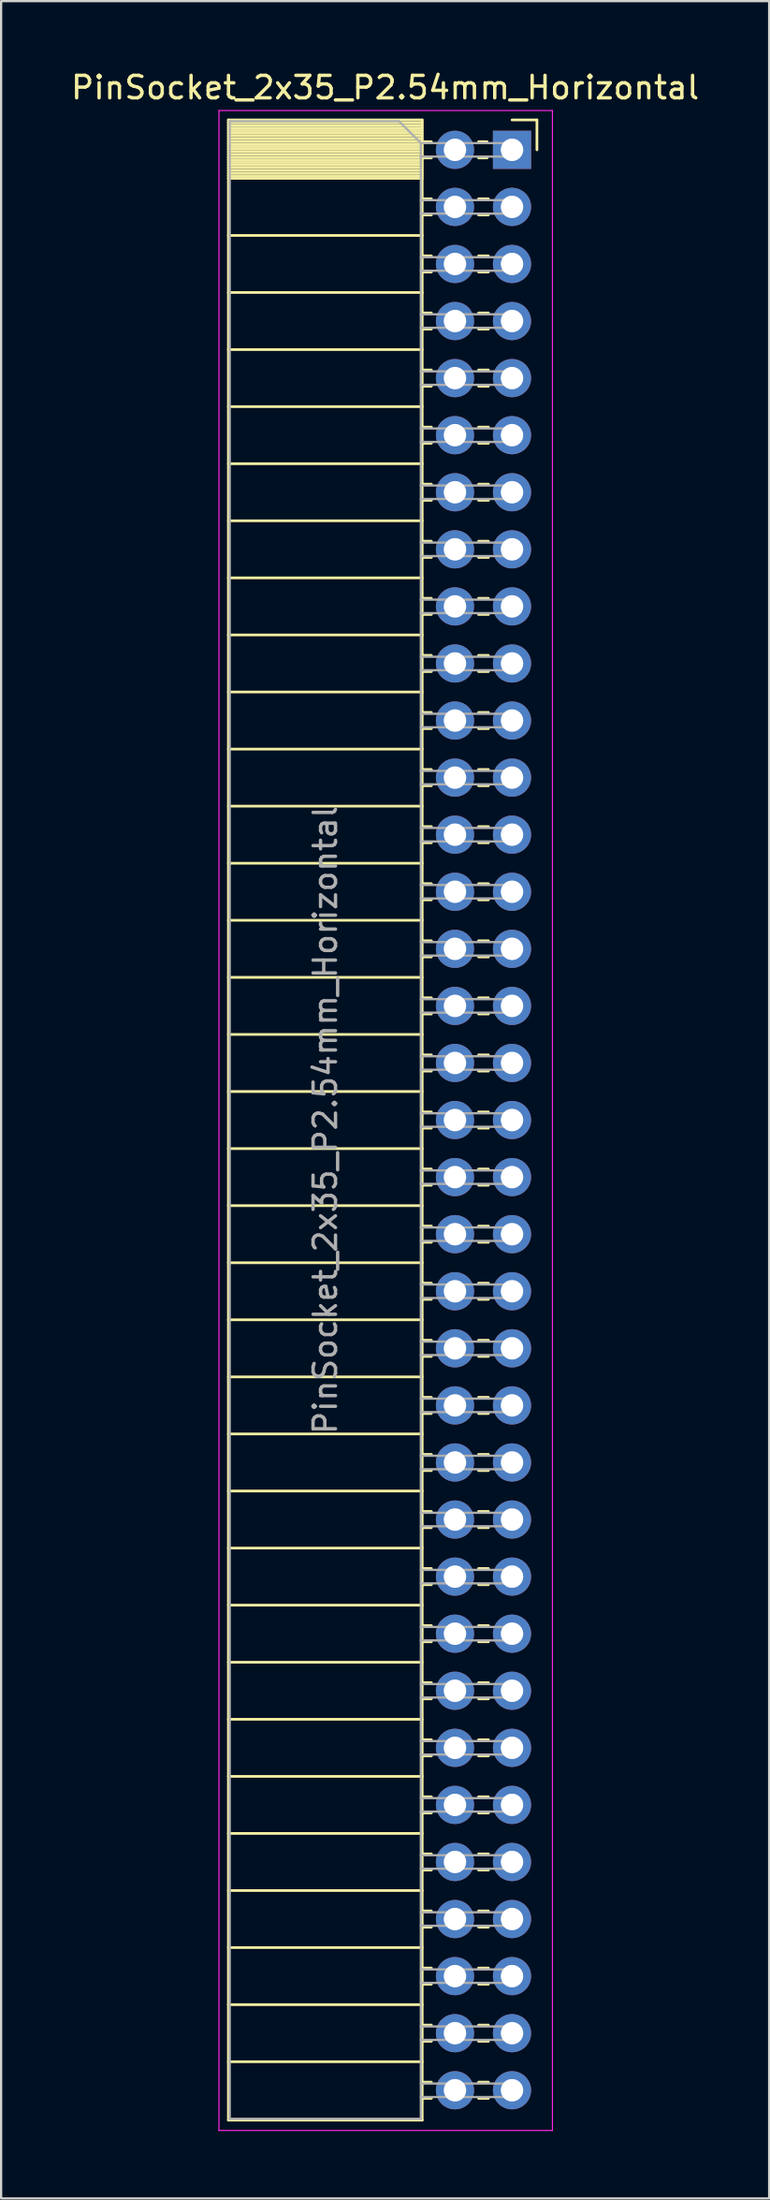
<source format=kicad_pcb>
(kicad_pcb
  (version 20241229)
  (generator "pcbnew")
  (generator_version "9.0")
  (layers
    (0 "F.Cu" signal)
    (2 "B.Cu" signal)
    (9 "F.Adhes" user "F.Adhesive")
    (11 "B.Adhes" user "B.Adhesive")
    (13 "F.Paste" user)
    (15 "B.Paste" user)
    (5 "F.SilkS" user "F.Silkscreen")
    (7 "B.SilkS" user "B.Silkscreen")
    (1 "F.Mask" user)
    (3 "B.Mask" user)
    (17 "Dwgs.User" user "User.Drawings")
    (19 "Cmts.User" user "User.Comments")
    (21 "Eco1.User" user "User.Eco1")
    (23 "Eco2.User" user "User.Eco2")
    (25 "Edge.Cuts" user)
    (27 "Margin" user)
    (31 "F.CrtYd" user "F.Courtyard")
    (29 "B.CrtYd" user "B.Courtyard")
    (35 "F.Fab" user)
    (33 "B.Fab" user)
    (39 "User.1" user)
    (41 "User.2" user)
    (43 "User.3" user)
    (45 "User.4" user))
  (footprint "PinSocket_2x35_P2.54mm_Horizontal"
    (layer "F.Cu")
    (at 19.751 3.618)
    (property "Reference" "PinSocket_2x35_P2.54mm_Horizontal" (at -5.65 -2.77 0) (layer "F.SilkS") (effects (font (size 1 1) (thickness 0.15))))
    (attr through_hole)
    (fp_line (start -12.63 -1.33) (end -12.63 87.69) (stroke (width 0.12) (type solid)) (layer "F.SilkS"))
    (fp_line (start -12.63 -1.33) (end -4 -1.33) (stroke (width 0.12) (type solid)) (layer "F.SilkS"))
    (fp_line (start -12.63 -1.21) (end -4 -1.21) (stroke (width 0.12) (type solid)) (layer "F.SilkS"))
    (fp_line (start -12.63 -1.092) (end -4 -1.092) (stroke (width 0.12) (type solid)) (layer "F.SilkS"))
    (fp_line (start -12.63 -0.974) (end -4 -0.974) (stroke (width 0.12) (type solid)) (layer "F.SilkS"))
    (fp_line (start -12.63 -0.856) (end -4 -0.856) (stroke (width 0.12) (type solid)) (layer "F.SilkS"))
    (fp_line (start -12.63 -0.738) (end -4 -0.738) (stroke (width 0.12) (type solid)) (layer "F.SilkS"))
    (fp_line (start -12.63 -0.62) (end -4 -0.62) (stroke (width 0.12) (type solid)) (layer "F.SilkS"))
    (fp_line (start -12.63 -0.501) (end -4 -0.501) (stroke (width 0.12) (type solid)) (layer "F.SilkS"))
    (fp_line (start -12.63 -0.383) (end -4 -0.383) (stroke (width 0.12) (type solid)) (layer "F.SilkS"))
    (fp_line (start -12.63 -0.265) (end -4 -0.265) (stroke (width 0.12) (type solid)) (layer "F.SilkS"))
    (fp_line (start -12.63 -0.147) (end -4 -0.147) (stroke (width 0.12) (type solid)) (layer "F.SilkS"))
    (fp_line (start -12.63 -0.029) (end -4 -0.029) (stroke (width 0.12) (type solid)) (layer "F.SilkS"))
    (fp_line (start -12.63 0.089) (end -4 0.089) (stroke (width 0.12) (type solid)) (layer "F.SilkS"))
    (fp_line (start -12.63 0.207) (end -4 0.207) (stroke (width 0.12) (type solid)) (layer "F.SilkS"))
    (fp_line (start -12.63 0.325) (end -4 0.325) (stroke (width 0.12) (type solid)) (layer "F.SilkS"))
    (fp_line (start -12.63 0.443) (end -4 0.443) (stroke (width 0.12) (type solid)) (layer "F.SilkS"))
    (fp_line (start -12.63 0.561) (end -4 0.561) (stroke (width 0.12) (type solid)) (layer "F.SilkS"))
    (fp_line (start -12.63 0.68) (end -4 0.68) (stroke (width 0.12) (type solid)) (layer "F.SilkS"))
    (fp_line (start -12.63 0.798) (end -4 0.798) (stroke (width 0.12) (type solid)) (layer "F.SilkS"))
    (fp_line (start -12.63 0.916) (end -4 0.916) (stroke (width 0.12) (type solid)) (layer "F.SilkS"))
    (fp_line (start -12.63 1.034) (end -4 1.034) (stroke (width 0.12) (type solid)) (layer "F.SilkS"))
    (fp_line (start -12.63 1.152) (end -4 1.152) (stroke (width 0.12) (type solid)) (layer "F.SilkS"))
    (fp_line (start -12.63 1.27) (end -4 1.27) (stroke (width 0.12) (type solid)) (layer "F.SilkS"))
    (fp_line (start -12.63 3.81) (end -4 3.81) (stroke (width 0.12) (type solid)) (layer "F.SilkS"))
    (fp_line (start -12.63 6.35) (end -4 6.35) (stroke (width 0.12) (type solid)) (layer "F.SilkS"))
    (fp_line (start -12.63 8.89) (end -4 8.89) (stroke (width 0.12) (type solid)) (layer "F.SilkS"))
    (fp_line (start -12.63 11.43) (end -4 11.43) (stroke (width 0.12) (type solid)) (layer "F.SilkS"))
    (fp_line (start -12.63 13.97) (end -4 13.97) (stroke (width 0.12) (type solid)) (layer "F.SilkS"))
    (fp_line (start -12.63 16.51) (end -4 16.51) (stroke (width 0.12) (type solid)) (layer "F.SilkS"))
    (fp_line (start -12.63 19.05) (end -4 19.05) (stroke (width 0.12) (type solid)) (layer "F.SilkS"))
    (fp_line (start -12.63 21.59) (end -4 21.59) (stroke (width 0.12) (type solid)) (layer "F.SilkS"))
    (fp_line (start -12.63 24.13) (end -4 24.13) (stroke (width 0.12) (type solid)) (layer "F.SilkS"))
    (fp_line (start -12.63 26.67) (end -4 26.67) (stroke (width 0.12) (type solid)) (layer "F.SilkS"))
    (fp_line (start -12.63 29.21) (end -4 29.21) (stroke (width 0.12) (type solid)) (layer "F.SilkS"))
    (fp_line (start -12.63 31.75) (end -4 31.75) (stroke (width 0.12) (type solid)) (layer "F.SilkS"))
    (fp_line (start -12.63 34.29) (end -4 34.29) (stroke (width 0.12) (type solid)) (layer "F.SilkS"))
    (fp_line (start -12.63 36.83) (end -4 36.83) (stroke (width 0.12) (type solid)) (layer "F.SilkS"))
    (fp_line (start -12.63 39.37) (end -4 39.37) (stroke (width 0.12) (type solid)) (layer "F.SilkS"))
    (fp_line (start -12.63 41.91) (end -4 41.91) (stroke (width 0.12) (type solid)) (layer "F.SilkS"))
    (fp_line (start -12.63 44.45) (end -4 44.45) (stroke (width 0.12) (type solid)) (layer "F.SilkS"))
    (fp_line (start -12.63 46.99) (end -4 46.99) (stroke (width 0.12) (type solid)) (layer "F.SilkS"))
    (fp_line (start -12.63 49.53) (end -4 49.53) (stroke (width 0.12) (type solid)) (layer "F.SilkS"))
    (fp_line (start -12.63 52.07) (end -4 52.07) (stroke (width 0.12) (type solid)) (layer "F.SilkS"))
    (fp_line (start -12.63 54.61) (end -4 54.61) (stroke (width 0.12) (type solid)) (layer "F.SilkS"))
    (fp_line (start -12.63 57.15) (end -4 57.15) (stroke (width 0.12) (type solid)) (layer "F.SilkS"))
    (fp_line (start -12.63 59.69) (end -4 59.69) (stroke (width 0.12) (type solid)) (layer "F.SilkS"))
    (fp_line (start -12.63 62.23) (end -4 62.23) (stroke (width 0.12) (type solid)) (layer "F.SilkS"))
    (fp_line (start -12.63 64.77) (end -4 64.77) (stroke (width 0.12) (type solid)) (layer "F.SilkS"))
    (fp_line (start -12.63 67.31) (end -4 67.31) (stroke (width 0.12) (type solid)) (layer "F.SilkS"))
    (fp_line (start -12.63 69.85) (end -4 69.85) (stroke (width 0.12) (type solid)) (layer "F.SilkS"))
    (fp_line (start -12.63 72.39) (end -4 72.39) (stroke (width 0.12) (type solid)) (layer "F.SilkS"))
    (fp_line (start -12.63 74.93) (end -4 74.93) (stroke (width 0.12) (type solid)) (layer "F.SilkS"))
    (fp_line (start -12.63 77.47) (end -4 77.47) (stroke (width 0.12) (type solid)) (layer "F.SilkS"))
    (fp_line (start -12.63 80.01) (end -4 80.01) (stroke (width 0.12) (type solid)) (layer "F.SilkS"))
    (fp_line (start -12.63 82.55) (end -4 82.55) (stroke (width 0.12) (type solid)) (layer "F.SilkS"))
    (fp_line (start -12.63 85.09) (end -4 85.09) (stroke (width 0.12) (type solid)) (layer "F.SilkS"))
    (fp_line (start -12.63 87.69) (end -4 87.69) (stroke (width 0.12) (type solid)) (layer "F.SilkS"))
    (fp_line (start -4 -1.33) (end -4 87.69) (stroke (width 0.12) (type solid)) (layer "F.SilkS"))
    (fp_line (start -4 -0.36) (end -3.59 -0.36) (stroke (width 0.12) (type solid)) (layer "F.SilkS"))
    (fp_line (start -4 0.36) (end -3.59 0.36) (stroke (width 0.12) (type solid)) (layer "F.SilkS"))
    (fp_line (start -4 2.18) (end -3.59 2.18) (stroke (width 0.12) (type solid)) (layer "F.SilkS"))
    (fp_line (start -4 2.9) (end -3.59 2.9) (stroke (width 0.12) (type solid)) (layer "F.SilkS"))
    (fp_line (start -4 4.72) (end -3.59 4.72) (stroke (width 0.12) (type solid)) (layer "F.SilkS"))
    (fp_line (start -4 5.44) (end -3.59 5.44) (stroke (width 0.12) (type solid)) (layer "F.SilkS"))
    (fp_line (start -4 7.26) (end -3.59 7.26) (stroke (width 0.12) (type solid)) (layer "F.SilkS"))
    (fp_line (start -4 7.98) (end -3.59 7.98) (stroke (width 0.12) (type solid)) (layer "F.SilkS"))
    (fp_line (start -4 9.8) (end -3.59 9.8) (stroke (width 0.12) (type solid)) (layer "F.SilkS"))
    (fp_line (start -4 10.52) (end -3.59 10.52) (stroke (width 0.12) (type solid)) (layer "F.SilkS"))
    (fp_line (start -4 12.34) (end -3.59 12.34) (stroke (width 0.12) (type solid)) (layer "F.SilkS"))
    (fp_line (start -4 13.06) (end -3.59 13.06) (stroke (width 0.12) (type solid)) (layer "F.SilkS"))
    (fp_line (start -4 14.88) (end -3.59 14.88) (stroke (width 0.12) (type solid)) (layer "F.SilkS"))
    (fp_line (start -4 15.6) (end -3.59 15.6) (stroke (width 0.12) (type solid)) (layer "F.SilkS"))
    (fp_line (start -4 17.42) (end -3.59 17.42) (stroke (width 0.12) (type solid)) (layer "F.SilkS"))
    (fp_line (start -4 18.14) (end -3.59 18.14) (stroke (width 0.12) (type solid)) (layer "F.SilkS"))
    (fp_line (start -4 19.96) (end -3.59 19.96) (stroke (width 0.12) (type solid)) (layer "F.SilkS"))
    (fp_line (start -4 20.68) (end -3.59 20.68) (stroke (width 0.12) (type solid)) (layer "F.SilkS"))
    (fp_line (start -4 22.5) (end -3.59 22.5) (stroke (width 0.12) (type solid)) (layer "F.SilkS"))
    (fp_line (start -4 23.22) (end -3.59 23.22) (stroke (width 0.12) (type solid)) (layer "F.SilkS"))
    (fp_line (start -4 25.04) (end -3.59 25.04) (stroke (width 0.12) (type solid)) (layer "F.SilkS"))
    (fp_line (start -4 25.76) (end -3.59 25.76) (stroke (width 0.12) (type solid)) (layer "F.SilkS"))
    (fp_line (start -4 27.58) (end -3.59 27.58) (stroke (width 0.12) (type solid)) (layer "F.SilkS"))
    (fp_line (start -4 28.3) (end -3.59 28.3) (stroke (width 0.12) (type solid)) (layer "F.SilkS"))
    (fp_line (start -4 30.12) (end -3.59 30.12) (stroke (width 0.12) (type solid)) (layer "F.SilkS"))
    (fp_line (start -4 30.84) (end -3.59 30.84) (stroke (width 0.12) (type solid)) (layer "F.SilkS"))
    (fp_line (start -4 32.66) (end -3.59 32.66) (stroke (width 0.12) (type solid)) (layer "F.SilkS"))
    (fp_line (start -4 33.38) (end -3.59 33.38) (stroke (width 0.12) (type solid)) (layer "F.SilkS"))
    (fp_line (start -4 35.2) (end -3.59 35.2) (stroke (width 0.12) (type solid)) (layer "F.SilkS"))
    (fp_line (start -4 35.92) (end -3.59 35.92) (stroke (width 0.12) (type solid)) (layer "F.SilkS"))
    (fp_line (start -4 37.74) (end -3.59 37.74) (stroke (width 0.12) (type solid)) (layer "F.SilkS"))
    (fp_line (start -4 38.46) (end -3.59 38.46) (stroke (width 0.12) (type solid)) (layer "F.SilkS"))
    (fp_line (start -4 40.28) (end -3.59 40.28) (stroke (width 0.12) (type solid)) (layer "F.SilkS"))
    (fp_line (start -4 41) (end -3.59 41) (stroke (width 0.12) (type solid)) (layer "F.SilkS"))
    (fp_line (start -4 42.82) (end -3.59 42.82) (stroke (width 0.12) (type solid)) (layer "F.SilkS"))
    (fp_line (start -4 43.54) (end -3.59 43.54) (stroke (width 0.12) (type solid)) (layer "F.SilkS"))
    (fp_line (start -4 45.36) (end -3.59 45.36) (stroke (width 0.12) (type solid)) (layer "F.SilkS"))
    (fp_line (start -4 46.08) (end -3.59 46.08) (stroke (width 0.12) (type solid)) (layer "F.SilkS"))
    (fp_line (start -4 47.9) (end -3.59 47.9) (stroke (width 0.12) (type solid)) (layer "F.SilkS"))
    (fp_line (start -4 48.62) (end -3.59 48.62) (stroke (width 0.12) (type solid)) (layer "F.SilkS"))
    (fp_line (start -4 50.44) (end -3.59 50.44) (stroke (width 0.12) (type solid)) (layer "F.SilkS"))
    (fp_line (start -4 51.16) (end -3.59 51.16) (stroke (width 0.12) (type solid)) (layer "F.SilkS"))
    (fp_line (start -4 52.98) (end -3.59 52.98) (stroke (width 0.12) (type solid)) (layer "F.SilkS"))
    (fp_line (start -4 53.7) (end -3.59 53.7) (stroke (width 0.12) (type solid)) (layer "F.SilkS"))
    (fp_line (start -4 55.52) (end -3.59 55.52) (stroke (width 0.12) (type solid)) (layer "F.SilkS"))
    (fp_line (start -4 56.24) (end -3.59 56.24) (stroke (width 0.12) (type solid)) (layer "F.SilkS"))
    (fp_line (start -4 58.06) (end -3.59 58.06) (stroke (width 0.12) (type solid)) (layer "F.SilkS"))
    (fp_line (start -4 58.78) (end -3.59 58.78) (stroke (width 0.12) (type solid)) (layer "F.SilkS"))
    (fp_line (start -4 60.6) (end -3.59 60.6) (stroke (width 0.12) (type solid)) (layer "F.SilkS"))
    (fp_line (start -4 61.32) (end -3.59 61.32) (stroke (width 0.12) (type solid)) (layer "F.SilkS"))
    (fp_line (start -4 63.14) (end -3.59 63.14) (stroke (width 0.12) (type solid)) (layer "F.SilkS"))
    (fp_line (start -4 63.86) (end -3.59 63.86) (stroke (width 0.12) (type solid)) (layer "F.SilkS"))
    (fp_line (start -4 65.68) (end -3.59 65.68) (stroke (width 0.12) (type solid)) (layer "F.SilkS"))
    (fp_line (start -4 66.4) (end -3.59 66.4) (stroke (width 0.12) (type solid)) (layer "F.SilkS"))
    (fp_line (start -4 68.22) (end -3.59 68.22) (stroke (width 0.12) (type solid)) (layer "F.SilkS"))
    (fp_line (start -4 68.94) (end -3.59 68.94) (stroke (width 0.12) (type solid)) (layer "F.SilkS"))
    (fp_line (start -4 70.76) (end -3.59 70.76) (stroke (width 0.12) (type solid)) (layer "F.SilkS"))
    (fp_line (start -4 71.48) (end -3.59 71.48) (stroke (width 0.12) (type solid)) (layer "F.SilkS"))
    (fp_line (start -4 73.3) (end -3.59 73.3) (stroke (width 0.12) (type solid)) (layer "F.SilkS"))
    (fp_line (start -4 74.02) (end -3.59 74.02) (stroke (width 0.12) (type solid)) (layer "F.SilkS"))
    (fp_line (start -4 75.84) (end -3.59 75.84) (stroke (width 0.12) (type solid)) (layer "F.SilkS"))
    (fp_line (start -4 76.56) (end -3.59 76.56) (stroke (width 0.12) (type solid)) (layer "F.SilkS"))
    (fp_line (start -4 78.38) (end -3.59 78.38) (stroke (width 0.12) (type solid)) (layer "F.SilkS"))
    (fp_line (start -4 79.1) (end -3.59 79.1) (stroke (width 0.12) (type solid)) (layer "F.SilkS"))
    (fp_line (start -4 80.92) (end -3.59 80.92) (stroke (width 0.12) (type solid)) (layer "F.SilkS"))
    (fp_line (start -4 81.64) (end -3.59 81.64) (stroke (width 0.12) (type solid)) (layer "F.SilkS"))
    (fp_line (start -4 83.46) (end -3.59 83.46) (stroke (width 0.12) (type solid)) (layer "F.SilkS"))
    (fp_line (start -4 84.18) (end -3.59 84.18) (stroke (width 0.12) (type solid)) (layer "F.SilkS"))
    (fp_line (start -4 86) (end -3.59 86) (stroke (width 0.12) (type solid)) (layer "F.SilkS"))
    (fp_line (start -4 86.72) (end -3.59 86.72) (stroke (width 0.12) (type solid)) (layer "F.SilkS"))
    (fp_line (start -1.49 -0.36) (end -1.11 -0.36) (stroke (width 0.12) (type solid)) (layer "F.SilkS"))
    (fp_line (start -1.49 0.36) (end -1.11 0.36) (stroke (width 0.12) (type solid)) (layer "F.SilkS"))
    (fp_line (start -1.49 2.18) (end -1.05 2.18) (stroke (width 0.12) (type solid)) (layer "F.SilkS"))
    (fp_line (start -1.49 2.9) (end -1.05 2.9) (stroke (width 0.12) (type solid)) (layer "F.SilkS"))
    (fp_line (start -1.49 4.72) (end -1.05 4.72) (stroke (width 0.12) (type solid)) (layer "F.SilkS"))
    (fp_line (start -1.49 5.44) (end -1.05 5.44) (stroke (width 0.12) (type solid)) (layer "F.SilkS"))
    (fp_line (start -1.49 7.26) (end -1.05 7.26) (stroke (width 0.12) (type solid)) (layer "F.SilkS"))
    (fp_line (start -1.49 7.98) (end -1.05 7.98) (stroke (width 0.12) (type solid)) (layer "F.SilkS"))
    (fp_line (start -1.49 9.8) (end -1.05 9.8) (stroke (width 0.12) (type solid)) (layer "F.SilkS"))
    (fp_line (start -1.49 10.52) (end -1.05 10.52) (stroke (width 0.12) (type solid)) (layer "F.SilkS"))
    (fp_line (start -1.49 12.34) (end -1.05 12.34) (stroke (width 0.12) (type solid)) (layer "F.SilkS"))
    (fp_line (start -1.49 13.06) (end -1.05 13.06) (stroke (width 0.12) (type solid)) (layer "F.SilkS"))
    (fp_line (start -1.49 14.88) (end -1.05 14.88) (stroke (width 0.12) (type solid)) (layer "F.SilkS"))
    (fp_line (start -1.49 15.6) (end -1.05 15.6) (stroke (width 0.12) (type solid)) (layer "F.SilkS"))
    (fp_line (start -1.49 17.42) (end -1.05 17.42) (stroke (width 0.12) (type solid)) (layer "F.SilkS"))
    (fp_line (start -1.49 18.14) (end -1.05 18.14) (stroke (width 0.12) (type solid)) (layer "F.SilkS"))
    (fp_line (start -1.49 19.96) (end -1.05 19.96) (stroke (width 0.12) (type solid)) (layer "F.SilkS"))
    (fp_line (start -1.49 20.68) (end -1.05 20.68) (stroke (width 0.12) (type solid)) (layer "F.SilkS"))
    (fp_line (start -1.49 22.5) (end -1.05 22.5) (stroke (width 0.12) (type solid)) (layer "F.SilkS"))
    (fp_line (start -1.49 23.22) (end -1.05 23.22) (stroke (width 0.12) (type solid)) (layer "F.SilkS"))
    (fp_line (start -1.49 25.04) (end -1.05 25.04) (stroke (width 0.12) (type solid)) (layer "F.SilkS"))
    (fp_line (start -1.49 25.76) (end -1.05 25.76) (stroke (width 0.12) (type solid)) (layer "F.SilkS"))
    (fp_line (start -1.49 27.58) (end -1.05 27.58) (stroke (width 0.12) (type solid)) (layer "F.SilkS"))
    (fp_line (start -1.49 28.3) (end -1.05 28.3) (stroke (width 0.12) (type solid)) (layer "F.SilkS"))
    (fp_line (start -1.49 30.12) (end -1.05 30.12) (stroke (width 0.12) (type solid)) (layer "F.SilkS"))
    (fp_line (start -1.49 30.84) (end -1.05 30.84) (stroke (width 0.12) (type solid)) (layer "F.SilkS"))
    (fp_line (start -1.49 32.66) (end -1.05 32.66) (stroke (width 0.12) (type solid)) (layer "F.SilkS"))
    (fp_line (start -1.49 33.38) (end -1.05 33.38) (stroke (width 0.12) (type solid)) (layer "F.SilkS"))
    (fp_line (start -1.49 35.2) (end -1.05 35.2) (stroke (width 0.12) (type solid)) (layer "F.SilkS"))
    (fp_line (start -1.49 35.92) (end -1.05 35.92) (stroke (width 0.12) (type solid)) (layer "F.SilkS"))
    (fp_line (start -1.49 37.74) (end -1.05 37.74) (stroke (width 0.12) (type solid)) (layer "F.SilkS"))
    (fp_line (start -1.49 38.46) (end -1.05 38.46) (stroke (width 0.12) (type solid)) (layer "F.SilkS"))
    (fp_line (start -1.49 40.28) (end -1.05 40.28) (stroke (width 0.12) (type solid)) (layer "F.SilkS"))
    (fp_line (start -1.49 41) (end -1.05 41) (stroke (width 0.12) (type solid)) (layer "F.SilkS"))
    (fp_line (start -1.49 42.82) (end -1.05 42.82) (stroke (width 0.12) (type solid)) (layer "F.SilkS"))
    (fp_line (start -1.49 43.54) (end -1.05 43.54) (stroke (width 0.12) (type solid)) (layer "F.SilkS"))
    (fp_line (start -1.49 45.36) (end -1.05 45.36) (stroke (width 0.12) (type solid)) (layer "F.SilkS"))
    (fp_line (start -1.49 46.08) (end -1.05 46.08) (stroke (width 0.12) (type solid)) (layer "F.SilkS"))
    (fp_line (start -1.49 47.9) (end -1.05 47.9) (stroke (width 0.12) (type solid)) (layer "F.SilkS"))
    (fp_line (start -1.49 48.62) (end -1.05 48.62) (stroke (width 0.12) (type solid)) (layer "F.SilkS"))
    (fp_line (start -1.49 50.44) (end -1.05 50.44) (stroke (width 0.12) (type solid)) (layer "F.SilkS"))
    (fp_line (start -1.49 51.16) (end -1.05 51.16) (stroke (width 0.12) (type solid)) (layer "F.SilkS"))
    (fp_line (start -1.49 52.98) (end -1.05 52.98) (stroke (width 0.12) (type solid)) (layer "F.SilkS"))
    (fp_line (start -1.49 53.7) (end -1.05 53.7) (stroke (width 0.12) (type solid)) (layer "F.SilkS"))
    (fp_line (start -1.49 55.52) (end -1.05 55.52) (stroke (width 0.12) (type solid)) (layer "F.SilkS"))
    (fp_line (start -1.49 56.24) (end -1.05 56.24) (stroke (width 0.12) (type solid)) (layer "F.SilkS"))
    (fp_line (start -1.49 58.06) (end -1.05 58.06) (stroke (width 0.12) (type solid)) (layer "F.SilkS"))
    (fp_line (start -1.49 58.78) (end -1.05 58.78) (stroke (width 0.12) (type solid)) (layer "F.SilkS"))
    (fp_line (start -1.49 60.6) (end -1.05 60.6) (stroke (width 0.12) (type solid)) (layer "F.SilkS"))
    (fp_line (start -1.49 61.32) (end -1.05 61.32) (stroke (width 0.12) (type solid)) (layer "F.SilkS"))
    (fp_line (start -1.49 63.14) (end -1.05 63.14) (stroke (width 0.12) (type solid)) (layer "F.SilkS"))
    (fp_line (start -1.49 63.86) (end -1.05 63.86) (stroke (width 0.12) (type solid)) (layer "F.SilkS"))
    (fp_line (start -1.49 65.68) (end -1.05 65.68) (stroke (width 0.12) (type solid)) (layer "F.SilkS"))
    (fp_line (start -1.49 66.4) (end -1.05 66.4) (stroke (width 0.12) (type solid)) (layer "F.SilkS"))
    (fp_line (start -1.49 68.22) (end -1.05 68.22) (stroke (width 0.12) (type solid)) (layer "F.SilkS"))
    (fp_line (start -1.49 68.94) (end -1.05 68.94) (stroke (width 0.12) (type solid)) (layer "F.SilkS"))
    (fp_line (start -1.49 70.76) (end -1.05 70.76) (stroke (width 0.12) (type solid)) (layer "F.SilkS"))
    (fp_line (start -1.49 71.48) (end -1.05 71.48) (stroke (width 0.12) (type solid)) (layer "F.SilkS"))
    (fp_line (start -1.49 73.3) (end -1.05 73.3) (stroke (width 0.12) (type solid)) (layer "F.SilkS"))
    (fp_line (start -1.49 74.02) (end -1.05 74.02) (stroke (width 0.12) (type solid)) (layer "F.SilkS"))
    (fp_line (start -1.49 75.84) (end -1.05 75.84) (stroke (width 0.12) (type solid)) (layer "F.SilkS"))
    (fp_line (start -1.49 76.56) (end -1.05 76.56) (stroke (width 0.12) (type solid)) (layer "F.SilkS"))
    (fp_line (start -1.49 78.38) (end -1.05 78.38) (stroke (width 0.12) (type solid)) (layer "F.SilkS"))
    (fp_line (start -1.49 79.1) (end -1.05 79.1) (stroke (width 0.12) (type solid)) (layer "F.SilkS"))
    (fp_line (start -1.49 80.92) (end -1.05 80.92) (stroke (width 0.12) (type solid)) (layer "F.SilkS"))
    (fp_line (start -1.49 81.64) (end -1.05 81.64) (stroke (width 0.12) (type solid)) (layer "F.SilkS"))
    (fp_line (start -1.49 83.46) (end -1.05 83.46) (stroke (width 0.12) (type solid)) (layer "F.SilkS"))
    (fp_line (start -1.49 84.18) (end -1.05 84.18) (stroke (width 0.12) (type solid)) (layer "F.SilkS"))
    (fp_line (start -1.49 86) (end -1.05 86) (stroke (width 0.12) (type solid)) (layer "F.SilkS"))
    (fp_line (start -1.49 86.72) (end -1.05 86.72) (stroke (width 0.12) (type solid)) (layer "F.SilkS"))
    (fp_line (start 0 -1.33) (end 1.11 -1.33) (stroke (width 0.12) (type solid)) (layer "F.SilkS"))
    (fp_line (start 1.11 -1.33) (end 1.11 0) (stroke (width 0.12) (type solid)) (layer "F.SilkS"))
    (fp_line (start -13.05 -1.75) (end -13.05 88.15) (stroke (width 0.05) (type solid)) (layer "F.CrtYd"))
    (fp_line (start -13.05 88.15) (end 1.8 88.15) (stroke (width 0.05) (type solid)) (layer "F.CrtYd"))
    (fp_line (start 1.8 -1.75) (end -13.05 -1.75) (stroke (width 0.05) (type solid)) (layer "F.CrtYd"))
    (fp_line (start 1.8 88.15) (end 1.8 -1.75) (stroke (width 0.05) (type solid)) (layer "F.CrtYd"))
    (fp_line (start -12.57 -1.27) (end -5.03 -1.27) (stroke (width 0.1) (type solid)) (layer "F.Fab"))
    (fp_line (start -12.57 87.63) (end -12.57 -1.27) (stroke (width 0.1) (type solid)) (layer "F.Fab"))
    (fp_line (start -5.03 -1.27) (end -4.06 -0.3) (stroke (width 0.1) (type solid)) (layer "F.Fab"))
    (fp_line (start -4.06 -0.3) (end -4.06 87.63) (stroke (width 0.1) (type solid)) (layer "F.Fab"))
    (fp_line (start -4.06 0.3) (end 0 0.3) (stroke (width 0.1) (type solid)) (layer "F.Fab"))
    (fp_line (start -4.06 2.84) (end 0 2.84) (stroke (width 0.1) (type solid)) (layer "F.Fab"))
    (fp_line (start -4.06 5.38) (end 0 5.38) (stroke (width 0.1) (type solid)) (layer "F.Fab"))
    (fp_line (start -4.06 7.92) (end 0 7.92) (stroke (width 0.1) (type solid)) (layer "F.Fab"))
    (fp_line (start -4.06 10.46) (end 0 10.46) (stroke (width 0.1) (type solid)) (layer "F.Fab"))
    (fp_line (start -4.06 13) (end 0 13) (stroke (width 0.1) (type solid)) (layer "F.Fab"))
    (fp_line (start -4.06 15.54) (end 0 15.54) (stroke (width 0.1) (type solid)) (layer "F.Fab"))
    (fp_line (start -4.06 18.08) (end 0 18.08) (stroke (width 0.1) (type solid)) (layer "F.Fab"))
    (fp_line (start -4.06 20.62) (end 0 20.62) (stroke (width 0.1) (type solid)) (layer "F.Fab"))
    (fp_line (start -4.06 23.16) (end 0 23.16) (stroke (width 0.1) (type solid)) (layer "F.Fab"))
    (fp_line (start -4.06 25.7) (end 0 25.7) (stroke (width 0.1) (type solid)) (layer "F.Fab"))
    (fp_line (start -4.06 28.24) (end 0 28.24) (stroke (width 0.1) (type solid)) (layer "F.Fab"))
    (fp_line (start -4.06 30.78) (end 0 30.78) (stroke (width 0.1) (type solid)) (layer "F.Fab"))
    (fp_line (start -4.06 33.32) (end 0 33.32) (stroke (width 0.1) (type solid)) (layer "F.Fab"))
    (fp_line (start -4.06 35.86) (end 0 35.86) (stroke (width 0.1) (type solid)) (layer "F.Fab"))
    (fp_line (start -4.06 38.4) (end 0 38.4) (stroke (width 0.1) (type solid)) (layer "F.Fab"))
    (fp_line (start -4.06 40.94) (end 0 40.94) (stroke (width 0.1) (type solid)) (layer "F.Fab"))
    (fp_line (start -4.06 43.48) (end 0 43.48) (stroke (width 0.1) (type solid)) (layer "F.Fab"))
    (fp_line (start -4.06 46.02) (end 0 46.02) (stroke (width 0.1) (type solid)) (layer "F.Fab"))
    (fp_line (start -4.06 48.56) (end 0 48.56) (stroke (width 0.1) (type solid)) (layer "F.Fab"))
    (fp_line (start -4.06 51.1) (end 0 51.1) (stroke (width 0.1) (type solid)) (layer "F.Fab"))
    (fp_line (start -4.06 53.64) (end 0 53.64) (stroke (width 0.1) (type solid)) (layer "F.Fab"))
    (fp_line (start -4.06 56.18) (end 0 56.18) (stroke (width 0.1) (type solid)) (layer "F.Fab"))
    (fp_line (start -4.06 58.72) (end 0 58.72) (stroke (width 0.1) (type solid)) (layer "F.Fab"))
    (fp_line (start -4.06 61.26) (end 0 61.26) (stroke (width 0.1) (type solid)) (layer "F.Fab"))
    (fp_line (start -4.06 63.8) (end 0 63.8) (stroke (width 0.1) (type solid)) (layer "F.Fab"))
    (fp_line (start -4.06 66.34) (end 0 66.34) (stroke (width 0.1) (type solid)) (layer "F.Fab"))
    (fp_line (start -4.06 68.88) (end 0 68.88) (stroke (width 0.1) (type solid)) (layer "F.Fab"))
    (fp_line (start -4.06 71.42) (end 0 71.42) (stroke (width 0.1) (type solid)) (layer "F.Fab"))
    (fp_line (start -4.06 73.96) (end 0 73.96) (stroke (width 0.1) (type solid)) (layer "F.Fab"))
    (fp_line (start -4.06 76.5) (end 0 76.5) (stroke (width 0.1) (type solid)) (layer "F.Fab"))
    (fp_line (start -4.06 79.04) (end 0 79.04) (stroke (width 0.1) (type solid)) (layer "F.Fab"))
    (fp_line (start -4.06 81.58) (end 0 81.58) (stroke (width 0.1) (type solid)) (layer "F.Fab"))
    (fp_line (start -4.06 84.12) (end 0 84.12) (stroke (width 0.1) (type solid)) (layer "F.Fab"))
    (fp_line (start -4.06 86.66) (end 0 86.66) (stroke (width 0.1) (type solid)) (layer "F.Fab"))
    (fp_line (start -4.06 87.63) (end -12.57 87.63) (stroke (width 0.1) (type solid)) (layer "F.Fab"))
    (fp_line (start 0 -0.3) (end -4.06 -0.3) (stroke (width 0.1) (type solid)) (layer "F.Fab"))
    (fp_line (start 0 0.3) (end 0 -0.3) (stroke (width 0.1) (type solid)) (layer "F.Fab"))
    (fp_line (start 0 2.24) (end -4.06 2.24) (stroke (width 0.1) (type solid)) (layer "F.Fab"))
    (fp_line (start 0 2.84) (end 0 2.24) (stroke (width 0.1) (type solid)) (layer "F.Fab"))
    (fp_line (start 0 4.78) (end -4.06 4.78) (stroke (width 0.1) (type solid)) (layer "F.Fab"))
    (fp_line (start 0 5.38) (end 0 4.78) (stroke (width 0.1) (type solid)) (layer "F.Fab"))
    (fp_line (start 0 7.32) (end -4.06 7.32) (stroke (width 0.1) (type solid)) (layer "F.Fab"))
    (fp_line (start 0 7.92) (end 0 7.32) (stroke (width 0.1) (type solid)) (layer "F.Fab"))
    (fp_line (start 0 9.86) (end -4.06 9.86) (stroke (width 0.1) (type solid)) (layer "F.Fab"))
    (fp_line (start 0 10.46) (end 0 9.86) (stroke (width 0.1) (type solid)) (layer "F.Fab"))
    (fp_line (start 0 12.4) (end -4.06 12.4) (stroke (width 0.1) (type solid)) (layer "F.Fab"))
    (fp_line (start 0 13) (end 0 12.4) (stroke (width 0.1) (type solid)) (layer "F.Fab"))
    (fp_line (start 0 14.94) (end -4.06 14.94) (stroke (width 0.1) (type solid)) (layer "F.Fab"))
    (fp_line (start 0 15.54) (end 0 14.94) (stroke (width 0.1) (type solid)) (layer "F.Fab"))
    (fp_line (start 0 17.48) (end -4.06 17.48) (stroke (width 0.1) (type solid)) (layer "F.Fab"))
    (fp_line (start 0 18.08) (end 0 17.48) (stroke (width 0.1) (type solid)) (layer "F.Fab"))
    (fp_line (start 0 20.02) (end -4.06 20.02) (stroke (width 0.1) (type solid)) (layer "F.Fab"))
    (fp_line (start 0 20.62) (end 0 20.02) (stroke (width 0.1) (type solid)) (layer "F.Fab"))
    (fp_line (start 0 22.56) (end -4.06 22.56) (stroke (width 0.1) (type solid)) (layer "F.Fab"))
    (fp_line (start 0 23.16) (end 0 22.56) (stroke (width 0.1) (type solid)) (layer "F.Fab"))
    (fp_line (start 0 25.1) (end -4.06 25.1) (stroke (width 0.1) (type solid)) (layer "F.Fab"))
    (fp_line (start 0 25.7) (end 0 25.1) (stroke (width 0.1) (type solid)) (layer "F.Fab"))
    (fp_line (start 0 27.64) (end -4.06 27.64) (stroke (width 0.1) (type solid)) (layer "F.Fab"))
    (fp_line (start 0 28.24) (end 0 27.64) (stroke (width 0.1) (type solid)) (layer "F.Fab"))
    (fp_line (start 0 30.18) (end -4.06 30.18) (stroke (width 0.1) (type solid)) (layer "F.Fab"))
    (fp_line (start 0 30.78) (end 0 30.18) (stroke (width 0.1) (type solid)) (layer "F.Fab"))
    (fp_line (start 0 32.72) (end -4.06 32.72) (stroke (width 0.1) (type solid)) (layer "F.Fab"))
    (fp_line (start 0 33.32) (end 0 32.72) (stroke (width 0.1) (type solid)) (layer "F.Fab"))
    (fp_line (start 0 35.26) (end -4.06 35.26) (stroke (width 0.1) (type solid)) (layer "F.Fab"))
    (fp_line (start 0 35.86) (end 0 35.26) (stroke (width 0.1) (type solid)) (layer "F.Fab"))
    (fp_line (start 0 37.8) (end -4.06 37.8) (stroke (width 0.1) (type solid)) (layer "F.Fab"))
    (fp_line (start 0 38.4) (end 0 37.8) (stroke (width 0.1) (type solid)) (layer "F.Fab"))
    (fp_line (start 0 40.34) (end -4.06 40.34) (stroke (width 0.1) (type solid)) (layer "F.Fab"))
    (fp_line (start 0 40.94) (end 0 40.34) (stroke (width 0.1) (type solid)) (layer "F.Fab"))
    (fp_line (start 0 42.88) (end -4.06 42.88) (stroke (width 0.1) (type solid)) (layer "F.Fab"))
    (fp_line (start 0 43.48) (end 0 42.88) (stroke (width 0.1) (type solid)) (layer "F.Fab"))
    (fp_line (start 0 45.42) (end -4.06 45.42) (stroke (width 0.1) (type solid)) (layer "F.Fab"))
    (fp_line (start 0 46.02) (end 0 45.42) (stroke (width 0.1) (type solid)) (layer "F.Fab"))
    (fp_line (start 0 47.96) (end -4.06 47.96) (stroke (width 0.1) (type solid)) (layer "F.Fab"))
    (fp_line (start 0 48.56) (end 0 47.96) (stroke (width 0.1) (type solid)) (layer "F.Fab"))
    (fp_line (start 0 50.5) (end -4.06 50.5) (stroke (width 0.1) (type solid)) (layer "F.Fab"))
    (fp_line (start 0 51.1) (end 0 50.5) (stroke (width 0.1) (type solid)) (layer "F.Fab"))
    (fp_line (start 0 53.04) (end -4.06 53.04) (stroke (width 0.1) (type solid)) (layer "F.Fab"))
    (fp_line (start 0 53.64) (end 0 53.04) (stroke (width 0.1) (type solid)) (layer "F.Fab"))
    (fp_line (start 0 55.58) (end -4.06 55.58) (stroke (width 0.1) (type solid)) (layer "F.Fab"))
    (fp_line (start 0 56.18) (end 0 55.58) (stroke (width 0.1) (type solid)) (layer "F.Fab"))
    (fp_line (start 0 58.12) (end -4.06 58.12) (stroke (width 0.1) (type solid)) (layer "F.Fab"))
    (fp_line (start 0 58.72) (end 0 58.12) (stroke (width 0.1) (type solid)) (layer "F.Fab"))
    (fp_line (start 0 60.66) (end -4.06 60.66) (stroke (width 0.1) (type solid)) (layer "F.Fab"))
    (fp_line (start 0 61.26) (end 0 60.66) (stroke (width 0.1) (type solid)) (layer "F.Fab"))
    (fp_line (start 0 63.2) (end -4.06 63.2) (stroke (width 0.1) (type solid)) (layer "F.Fab"))
    (fp_line (start 0 63.8) (end 0 63.2) (stroke (width 0.1) (type solid)) (layer "F.Fab"))
    (fp_line (start 0 65.74) (end -4.06 65.74) (stroke (width 0.1) (type solid)) (layer "F.Fab"))
    (fp_line (start 0 66.34) (end 0 65.74) (stroke (width 0.1) (type solid)) (layer "F.Fab"))
    (fp_line (start 0 68.28) (end -4.06 68.28) (stroke (width 0.1) (type solid)) (layer "F.Fab"))
    (fp_line (start 0 68.88) (end 0 68.28) (stroke (width 0.1) (type solid)) (layer "F.Fab"))
    (fp_line (start 0 70.82) (end -4.06 70.82) (stroke (width 0.1) (type solid)) (layer "F.Fab"))
    (fp_line (start 0 71.42) (end 0 70.82) (stroke (width 0.1) (type solid)) (layer "F.Fab"))
    (fp_line (start 0 73.36) (end -4.06 73.36) (stroke (width 0.1) (type solid)) (layer "F.Fab"))
    (fp_line (start 0 73.96) (end 0 73.36) (stroke (width 0.1) (type solid)) (layer "F.Fab"))
    (fp_line (start 0 75.9) (end -4.06 75.9) (stroke (width 0.1) (type solid)) (layer "F.Fab"))
    (fp_line (start 0 76.5) (end 0 75.9) (stroke (width 0.1) (type solid)) (layer "F.Fab"))
    (fp_line (start 0 78.44) (end -4.06 78.44) (stroke (width 0.1) (type solid)) (layer "F.Fab"))
    (fp_line (start 0 79.04) (end 0 78.44) (stroke (width 0.1) (type solid)) (layer "F.Fab"))
    (fp_line (start 0 80.98) (end -4.06 80.98) (stroke (width 0.1) (type solid)) (layer "F.Fab"))
    (fp_line (start 0 81.58) (end 0 80.98) (stroke (width 0.1) (type solid)) (layer "F.Fab"))
    (fp_line (start 0 83.52) (end -4.06 83.52) (stroke (width 0.1) (type solid)) (layer "F.Fab"))
    (fp_line (start 0 84.12) (end 0 83.52) (stroke (width 0.1) (type solid)) (layer "F.Fab"))
    (fp_line (start 0 86.06) (end -4.06 86.06) (stroke (width 0.1) (type solid)) (layer "F.Fab"))
    (fp_line (start 0 86.66) (end 0 86.06) (stroke (width 0.1) (type solid)) (layer "F.Fab"))
    (fp_text user "${REFERENCE}" (at -8.315 43.18 90) (layer "F.Fab") (effects (font (size 1 1) (thickness 0.15))))
    (pad "1" thru_hole rect (at 0 0) (size 1.7 1.7) (drill 1) (layers "*.Cu" "*.Mask"))
    (pad "2" thru_hole circle (at -2.54 0) (size 1.7 1.7) (drill 1) (layers "*.Cu" "*.Mask"))
    (pad "3" thru_hole circle (at 0 2.54) (size 1.7 1.7) (drill 1) (layers "*.Cu" "*.Mask"))
    (pad "4" thru_hole circle (at -2.54 2.54) (size 1.7 1.7) (drill 1) (layers "*.Cu" "*.Mask"))
    (pad "5" thru_hole circle (at 0 5.08) (size 1.7 1.7) (drill 1) (layers "*.Cu" "*.Mask"))
    (pad "6" thru_hole circle (at -2.54 5.08) (size 1.7 1.7) (drill 1) (layers "*.Cu" "*.Mask"))
    (pad "7" thru_hole circle (at 0 7.62) (size 1.7 1.7) (drill 1) (layers "*.Cu" "*.Mask"))
    (pad "8" thru_hole circle (at -2.54 7.62) (size 1.7 1.7) (drill 1) (layers "*.Cu" "*.Mask"))
    (pad "9" thru_hole circle (at 0 10.16) (size 1.7 1.7) (drill 1) (layers "*.Cu" "*.Mask"))
    (pad "10" thru_hole circle (at -2.54 10.16) (size 1.7 1.7) (drill 1) (layers "*.Cu" "*.Mask"))
    (pad "11" thru_hole circle (at 0 12.7) (size 1.7 1.7) (drill 1) (layers "*.Cu" "*.Mask"))
    (pad "12" thru_hole circle (at -2.54 12.7) (size 1.7 1.7) (drill 1) (layers "*.Cu" "*.Mask"))
    (pad "13" thru_hole circle (at 0 15.24) (size 1.7 1.7) (drill 1) (layers "*.Cu" "*.Mask"))
    (pad "14" thru_hole circle (at -2.54 15.24) (size 1.7 1.7) (drill 1) (layers "*.Cu" "*.Mask"))
    (pad "15" thru_hole circle (at 0 17.78) (size 1.7 1.7) (drill 1) (layers "*.Cu" "*.Mask"))
    (pad "16" thru_hole circle (at -2.54 17.78) (size 1.7 1.7) (drill 1) (layers "*.Cu" "*.Mask"))
    (pad "17" thru_hole circle (at 0 20.32) (size 1.7 1.7) (drill 1) (layers "*.Cu" "*.Mask"))
    (pad "18" thru_hole circle (at -2.54 20.32) (size 1.7 1.7) (drill 1) (layers "*.Cu" "*.Mask"))
    (pad "19" thru_hole circle (at 0 22.86) (size 1.7 1.7) (drill 1) (layers "*.Cu" "*.Mask"))
    (pad "20" thru_hole circle (at -2.54 22.86) (size 1.7 1.7) (drill 1) (layers "*.Cu" "*.Mask"))
    (pad "21" thru_hole circle (at 0 25.4) (size 1.7 1.7) (drill 1) (layers "*.Cu" "*.Mask"))
    (pad "22" thru_hole circle (at -2.54 25.4) (size 1.7 1.7) (drill 1) (layers "*.Cu" "*.Mask"))
    (pad "23" thru_hole circle (at 0 27.94) (size 1.7 1.7) (drill 1) (layers "*.Cu" "*.Mask"))
    (pad "24" thru_hole circle (at -2.54 27.94) (size 1.7 1.7) (drill 1) (layers "*.Cu" "*.Mask"))
    (pad "25" thru_hole circle (at 0 30.48) (size 1.7 1.7) (drill 1) (layers "*.Cu" "*.Mask"))
    (pad "26" thru_hole circle (at -2.54 30.48) (size 1.7 1.7) (drill 1) (layers "*.Cu" "*.Mask"))
    (pad "27" thru_hole circle (at 0 33.02) (size 1.7 1.7) (drill 1) (layers "*.Cu" "*.Mask"))
    (pad "28" thru_hole circle (at -2.54 33.02) (size 1.7 1.7) (drill 1) (layers "*.Cu" "*.Mask"))
    (pad "29" thru_hole circle (at 0 35.56) (size 1.7 1.7) (drill 1) (layers "*.Cu" "*.Mask"))
    (pad "30" thru_hole circle (at -2.54 35.56) (size 1.7 1.7) (drill 1) (layers "*.Cu" "*.Mask"))
    (pad "31" thru_hole circle (at 0 38.1) (size 1.7 1.7) (drill 1) (layers "*.Cu" "*.Mask"))
    (pad "32" thru_hole circle (at -2.54 38.1) (size 1.7 1.7) (drill 1) (layers "*.Cu" "*.Mask"))
    (pad "33" thru_hole circle (at 0 40.64) (size 1.7 1.7) (drill 1) (layers "*.Cu" "*.Mask"))
    (pad "34" thru_hole circle (at -2.54 40.64) (size 1.7 1.7) (drill 1) (layers "*.Cu" "*.Mask"))
    (pad "35" thru_hole circle (at 0 43.18) (size 1.7 1.7) (drill 1) (layers "*.Cu" "*.Mask"))
    (pad "36" thru_hole circle (at -2.54 43.18) (size 1.7 1.7) (drill 1) (layers "*.Cu" "*.Mask"))
    (pad "37" thru_hole circle (at 0 45.72) (size 1.7 1.7) (drill 1) (layers "*.Cu" "*.Mask"))
    (pad "38" thru_hole circle (at -2.54 45.72) (size 1.7 1.7) (drill 1) (layers "*.Cu" "*.Mask"))
    (pad "39" thru_hole circle (at 0 48.26) (size 1.7 1.7) (drill 1) (layers "*.Cu" "*.Mask"))
    (pad "40" thru_hole circle (at -2.54 48.26) (size 1.7 1.7) (drill 1) (layers "*.Cu" "*.Mask"))
    (pad "41" thru_hole circle (at 0 50.8) (size 1.7 1.7) (drill 1) (layers "*.Cu" "*.Mask"))
    (pad "42" thru_hole circle (at -2.54 50.8) (size 1.7 1.7) (drill 1) (layers "*.Cu" "*.Mask"))
    (pad "43" thru_hole circle (at 0 53.34) (size 1.7 1.7) (drill 1) (layers "*.Cu" "*.Mask"))
    (pad "44" thru_hole circle (at -2.54 53.34) (size 1.7 1.7) (drill 1) (layers "*.Cu" "*.Mask"))
    (pad "45" thru_hole circle (at 0 55.88) (size 1.7 1.7) (drill 1) (layers "*.Cu" "*.Mask"))
    (pad "46" thru_hole circle (at -2.54 55.88) (size 1.7 1.7) (drill 1) (layers "*.Cu" "*.Mask"))
    (pad "47" thru_hole circle (at 0 58.42) (size 1.7 1.7) (drill 1) (layers "*.Cu" "*.Mask"))
    (pad "48" thru_hole circle (at -2.54 58.42) (size 1.7 1.7) (drill 1) (layers "*.Cu" "*.Mask"))
    (pad "49" thru_hole circle (at 0 60.96) (size 1.7 1.7) (drill 1) (layers "*.Cu" "*.Mask"))
    (pad "50" thru_hole circle (at -2.54 60.96) (size 1.7 1.7) (drill 1) (layers "*.Cu" "*.Mask"))
    (pad "51" thru_hole circle (at 0 63.5) (size 1.7 1.7) (drill 1) (layers "*.Cu" "*.Mask"))
    (pad "52" thru_hole circle (at -2.54 63.5) (size 1.7 1.7) (drill 1) (layers "*.Cu" "*.Mask"))
    (pad "53" thru_hole circle (at 0 66.04) (size 1.7 1.7) (drill 1) (layers "*.Cu" "*.Mask"))
    (pad "54" thru_hole circle (at -2.54 66.04) (size 1.7 1.7) (drill 1) (layers "*.Cu" "*.Mask"))
    (pad "55" thru_hole circle (at 0 68.58) (size 1.7 1.7) (drill 1) (layers "*.Cu" "*.Mask"))
    (pad "56" thru_hole circle (at -2.54 68.58) (size 1.7 1.7) (drill 1) (layers "*.Cu" "*.Mask"))
    (pad "57" thru_hole circle (at 0 71.12) (size 1.7 1.7) (drill 1) (layers "*.Cu" "*.Mask"))
    (pad "58" thru_hole circle (at -2.54 71.12) (size 1.7 1.7) (drill 1) (layers "*.Cu" "*.Mask"))
    (pad "59" thru_hole circle (at 0 73.66) (size 1.7 1.7) (drill 1) (layers "*.Cu" "*.Mask"))
    (pad "60" thru_hole circle (at -2.54 73.66) (size 1.7 1.7) (drill 1) (layers "*.Cu" "*.Mask"))
    (pad "61" thru_hole circle (at 0 76.2) (size 1.7 1.7) (drill 1) (layers "*.Cu" "*.Mask"))
    (pad "62" thru_hole circle (at -2.54 76.2) (size 1.7 1.7) (drill 1) (layers "*.Cu" "*.Mask"))
    (pad "63" thru_hole circle (at 0 78.74) (size 1.7 1.7) (drill 1) (layers "*.Cu" "*.Mask"))
    (pad "64" thru_hole circle (at -2.54 78.74) (size 1.7 1.7) (drill 1) (layers "*.Cu" "*.Mask"))
    (pad "65" thru_hole circle (at 0 81.28) (size 1.7 1.7) (drill 1) (layers "*.Cu" "*.Mask"))
    (pad "66" thru_hole circle (at -2.54 81.28) (size 1.7 1.7) (drill 1) (layers "*.Cu" "*.Mask"))
    (pad "67" thru_hole circle (at 0 83.82) (size 1.7 1.7) (drill 1) (layers "*.Cu" "*.Mask"))
    (pad "68" thru_hole circle (at -2.54 83.82) (size 1.7 1.7) (drill 1) (layers "*.Cu" "*.Mask"))
    (pad "69" thru_hole circle (at 0 86.36) (size 1.7 1.7) (drill 1) (layers "*.Cu" "*.Mask"))
    (pad "70" thru_hole circle (at -2.54 86.36) (size 1.7 1.7) (drill 1) (layers "*.Cu" "*.Mask")))
  (gr_rect
    (start -3 -3)
    (end 31.202 94.793)
    (stroke (width 0.1) (type default))
    (fill no)
    (layer "Edge.Cuts")))
</source>
